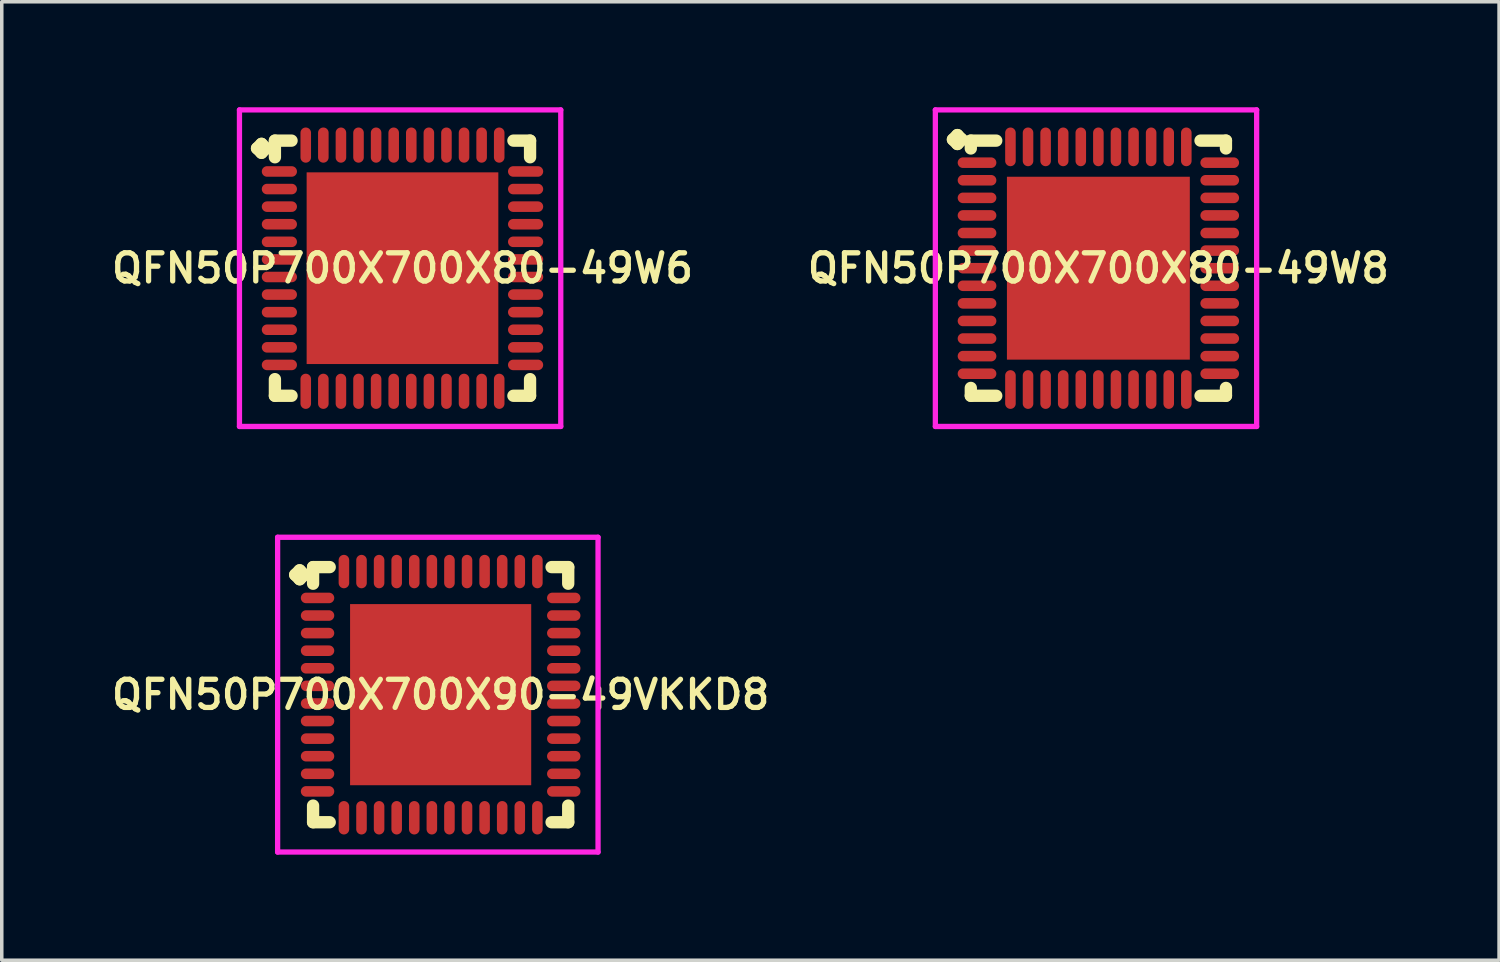
<source format=kicad_pcb>
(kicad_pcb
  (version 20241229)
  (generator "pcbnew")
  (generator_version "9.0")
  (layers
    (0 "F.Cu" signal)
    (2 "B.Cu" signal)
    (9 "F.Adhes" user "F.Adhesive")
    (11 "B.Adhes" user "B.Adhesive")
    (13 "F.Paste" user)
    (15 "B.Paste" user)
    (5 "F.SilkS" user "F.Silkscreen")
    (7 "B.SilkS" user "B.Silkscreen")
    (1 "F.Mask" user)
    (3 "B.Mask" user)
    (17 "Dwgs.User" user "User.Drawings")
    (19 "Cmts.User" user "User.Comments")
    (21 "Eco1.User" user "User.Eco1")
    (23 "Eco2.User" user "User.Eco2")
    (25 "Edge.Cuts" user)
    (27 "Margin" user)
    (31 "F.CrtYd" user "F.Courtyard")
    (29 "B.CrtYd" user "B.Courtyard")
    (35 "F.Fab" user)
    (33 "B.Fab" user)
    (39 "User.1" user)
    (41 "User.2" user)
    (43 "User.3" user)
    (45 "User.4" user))
  (footprint "QFN50P700X700X80-49W6"
    (layer "F.Cu")
    (at 8.393 4.575)
    (property "Reference" "QFN50P700X700X80-49W6" (at 0 0 0) (layer "F.SilkS") (effects (font (size 0.8 0.8) (thickness 0.15))))
    (attr smd)
    (fp_line (start -4.135 -3.408) (end -4.008 -3.535) (stroke (width 0.35) (type solid)) (layer "F.SilkS"))
    (fp_line (start -4.008 -3.535) (end -3.881 -3.408) (stroke (width 0.35) (type solid)) (layer "F.SilkS"))
    (fp_line (start -4.008 -3.281) (end -4.135 -3.408) (stroke (width 0.35) (type solid)) (layer "F.SilkS"))
    (fp_line (start -3.881 -3.408) (end -4.008 -3.281) (stroke (width 0.35) (type solid)) (layer "F.SilkS"))
    (fp_line (start -3.627 -3.627) (end -3.154 -3.627) (stroke (width 0.35) (type solid)) (layer "F.SilkS"))
    (fp_line (start -3.627 -3.154) (end -3.627 -3.627) (stroke (width 0.35) (type solid)) (layer "F.SilkS"))
    (fp_line (start -3.627 3.154) (end -3.627 3.627) (stroke (width 0.35) (type solid)) (layer "F.SilkS"))
    (fp_line (start -3.627 3.627) (end -3.154 3.627) (stroke (width 0.35) (type solid)) (layer "F.SilkS"))
    (fp_line (start 3.154 -3.627) (end 3.627 -3.627) (stroke (width 0.35) (type solid)) (layer "F.SilkS"))
    (fp_line (start 3.154 3.627) (end 3.627 3.627) (stroke (width 0.35) (type solid)) (layer "F.SilkS"))
    (fp_line (start 3.627 -3.627) (end 3.627 -3.154) (stroke (width 0.35) (type solid)) (layer "F.SilkS"))
    (fp_line (start 3.627 3.627) (end 3.627 3.154) (stroke (width 0.35) (type solid)) (layer "F.SilkS"))
    (fp_line (start -4.635 -4.5) (end 4.5 -4.5) (stroke (width 0.15) (type solid)) (layer "F.CrtYd"))
    (fp_line (start -4.635 4.5) (end -4.635 -4.5) (stroke (width 0.15) (type solid)) (layer "F.CrtYd"))
    (fp_line (start 4.5 -4.5) (end 4.5 4.5) (stroke (width 0.15) (type solid)) (layer "F.CrtYd"))
    (fp_line (start 4.5 4.5) (end -4.635 4.5) (stroke (width 0.15) (type solid)) (layer "F.CrtYd"))
    (pad "1" smd oval (at -3.5 -2.75) (size 1 0.3) (layers "F.Cu" "F.Mask" "F.Paste"))
    (pad "2" smd oval (at -3.5 -2.25) (size 1 0.3) (layers "F.Cu" "F.Mask" "F.Paste"))
    (pad "3" smd oval (at -3.5 -1.75) (size 1 0.3) (layers "F.Cu" "F.Mask" "F.Paste"))
    (pad "4" smd oval (at -3.5 -1.25) (size 1 0.3) (layers "F.Cu" "F.Mask" "F.Paste"))
    (pad "5" smd oval (at -3.5 -0.75) (size 1 0.3) (layers "F.Cu" "F.Mask" "F.Paste"))
    (pad "6" smd oval (at -3.5 -0.25) (size 1 0.3) (layers "F.Cu" "F.Mask" "F.Paste"))
    (pad "7" smd oval (at -3.5 0.25) (size 1 0.3) (layers "F.Cu" "F.Mask" "F.Paste"))
    (pad "8" smd oval (at -3.5 0.75) (size 1 0.3) (layers "F.Cu" "F.Mask" "F.Paste"))
    (pad "9" smd oval (at -3.5 1.25) (size 1 0.3) (layers "F.Cu" "F.Mask" "F.Paste"))
    (pad "10" smd oval (at -3.5 1.75) (size 1 0.3) (layers "F.Cu" "F.Mask" "F.Paste"))
    (pad "11" smd oval (at -3.5 2.25) (size 1 0.3) (layers "F.Cu" "F.Mask" "F.Paste"))
    (pad "12" smd oval (at -3.5 2.75) (size 1 0.3) (layers "F.Cu" "F.Mask" "F.Paste"))
    (pad "13" smd oval (at -2.75 3.5) (size 0.3 1) (layers "F.Cu" "F.Mask" "F.Paste"))
    (pad "14" smd oval (at -2.25 3.5) (size 0.3 1) (layers "F.Cu" "F.Mask" "F.Paste"))
    (pad "15" smd oval (at -1.75 3.5) (size 0.3 1) (layers "F.Cu" "F.Mask" "F.Paste"))
    (pad "16" smd oval (at -1.25 3.5) (size 0.3 1) (layers "F.Cu" "F.Mask" "F.Paste"))
    (pad "17" smd oval (at -0.75 3.5) (size 0.3 1) (layers "F.Cu" "F.Mask" "F.Paste"))
    (pad "18" smd oval (at -0.25 3.5) (size 0.3 1) (layers "F.Cu" "F.Mask" "F.Paste"))
    (pad "19" smd oval (at 0.25 3.5) (size 0.3 1) (layers "F.Cu" "F.Mask" "F.Paste"))
    (pad "20" smd oval (at 0.75 3.5) (size 0.3 1) (layers "F.Cu" "F.Mask" "F.Paste"))
    (pad "21" smd oval (at 1.25 3.5) (size 0.3 1) (layers "F.Cu" "F.Mask" "F.Paste"))
    (pad "22" smd oval (at 1.75 3.5) (size 0.3 1) (layers "F.Cu" "F.Mask" "F.Paste"))
    (pad "23" smd oval (at 2.25 3.5) (size 0.3 1) (layers "F.Cu" "F.Mask" "F.Paste"))
    (pad "24" smd oval (at 2.75 3.5) (size 0.3 1) (layers "F.Cu" "F.Mask" "F.Paste"))
    (pad "25" smd oval (at 3.5 2.75) (size 1 0.3) (layers "F.Cu" "F.Mask" "F.Paste"))
    (pad "26" smd oval (at 3.5 2.25) (size 1 0.3) (layers "F.Cu" "F.Mask" "F.Paste"))
    (pad "27" smd oval (at 3.5 1.75) (size 1 0.3) (layers "F.Cu" "F.Mask" "F.Paste"))
    (pad "28" smd oval (at 3.5 1.25) (size 1 0.3) (layers "F.Cu" "F.Mask" "F.Paste"))
    (pad "29" smd oval (at 3.5 0.75) (size 1 0.3) (layers "F.Cu" "F.Mask" "F.Paste"))
    (pad "30" smd oval (at 3.5 0.25) (size 1 0.3) (layers "F.Cu" "F.Mask" "F.Paste"))
    (pad "31" smd oval (at 3.5 -0.25) (size 1 0.3) (layers "F.Cu" "F.Mask" "F.Paste"))
    (pad "32" smd oval (at 3.5 -0.75) (size 1 0.3) (layers "F.Cu" "F.Mask" "F.Paste"))
    (pad "33" smd oval (at 3.5 -1.25) (size 1 0.3) (layers "F.Cu" "F.Mask" "F.Paste"))
    (pad "34" smd oval (at 3.5 -1.75) (size 1 0.3) (layers "F.Cu" "F.Mask" "F.Paste"))
    (pad "35" smd oval (at 3.5 -2.25) (size 1 0.3) (layers "F.Cu" "F.Mask" "F.Paste"))
    (pad "36" smd oval (at 3.5 -2.75) (size 1 0.3) (layers "F.Cu" "F.Mask" "F.Paste"))
    (pad "37" smd oval (at 2.75 -3.5) (size 0.3 1) (layers "F.Cu" "F.Mask" "F.Paste"))
    (pad "38" smd oval (at 2.25 -3.5) (size 0.3 1) (layers "F.Cu" "F.Mask" "F.Paste"))
    (pad "39" smd oval (at 1.75 -3.5) (size 0.3 1) (layers "F.Cu" "F.Mask" "F.Paste"))
    (pad "40" smd oval (at 1.25 -3.5) (size 0.3 1) (layers "F.Cu" "F.Mask" "F.Paste"))
    (pad "41" smd oval (at 0.75 -3.5) (size 0.3 1) (layers "F.Cu" "F.Mask" "F.Paste"))
    (pad "42" smd oval (at 0.25 -3.5) (size 0.3 1) (layers "F.Cu" "F.Mask" "F.Paste"))
    (pad "43" smd oval (at -0.25 -3.5) (size 0.3 1) (layers "F.Cu" "F.Mask" "F.Paste"))
    (pad "44" smd oval (at -0.75 -3.5) (size 0.3 1) (layers "F.Cu" "F.Mask" "F.Paste"))
    (pad "45" smd oval (at -1.25 -3.5) (size 0.3 1) (layers "F.Cu" "F.Mask" "F.Paste"))
    (pad "46" smd oval (at -1.75 -3.5) (size 0.3 1) (layers "F.Cu" "F.Mask" "F.Paste"))
    (pad "47" smd oval (at -2.25 -3.5) (size 0.3 1) (layers "F.Cu" "F.Mask" "F.Paste"))
    (pad "48" smd oval (at -2.75 -3.5) (size 0.3 1) (layers "F.Cu" "F.Mask" "F.Paste"))
    (pad "49" smd rect (at 0 0) (size 5.45 5.45) (layers "F.Cu" "F.Mask" "F.Paste")))
  (footprint "QFN50P700X700X80-49W8"
    (layer "F.Cu")
    (at 28.178 4.575)
    (property "Reference" "QFN50P700X700X80-49W8" (at 0 0 0) (layer "F.SilkS") (effects (font (size 0.8 0.8) (thickness 0.15))))
    (attr smd)
    (fp_line (start -4.135 -3.658) (end -4.008 -3.785) (stroke (width 0.35) (type solid)) (layer "F.SilkS"))
    (fp_line (start -4.008 -3.785) (end -3.881 -3.658) (stroke (width 0.35) (type solid)) (layer "F.SilkS"))
    (fp_line (start -4.008 -3.531) (end -4.135 -3.658) (stroke (width 0.35) (type solid)) (layer "F.SilkS"))
    (fp_line (start -3.881 -3.658) (end -4.008 -3.531) (stroke (width 0.35) (type solid)) (layer "F.SilkS"))
    (fp_line (start -3.627 -3.627) (end -2.904 -3.627) (stroke (width 0.35) (type solid)) (layer "F.SilkS"))
    (fp_line (start -3.627 -3.404) (end -3.627 -3.627) (stroke (width 0.35) (type solid)) (layer "F.SilkS"))
    (fp_line (start -3.627 3.404) (end -3.627 3.627) (stroke (width 0.35) (type solid)) (layer "F.SilkS"))
    (fp_line (start -3.627 3.627) (end -2.904 3.627) (stroke (width 0.35) (type solid)) (layer "F.SilkS"))
    (fp_line (start 2.904 -3.627) (end 3.627 -3.627) (stroke (width 0.35) (type solid)) (layer "F.SilkS"))
    (fp_line (start 2.904 3.627) (end 3.627 3.627) (stroke (width 0.35) (type solid)) (layer "F.SilkS"))
    (fp_line (start 3.627 -3.627) (end 3.627 -3.404) (stroke (width 0.35) (type solid)) (layer "F.SilkS"))
    (fp_line (start 3.627 3.627) (end 3.627 3.404) (stroke (width 0.35) (type solid)) (layer "F.SilkS"))
    (fp_line (start -4.635 -4.5) (end 4.5 -4.5) (stroke (width 0.15) (type solid)) (layer "F.CrtYd"))
    (fp_line (start -4.635 4.5) (end -4.635 -4.5) (stroke (width 0.15) (type solid)) (layer "F.CrtYd"))
    (fp_line (start 4.5 -4.5) (end 4.5 4.5) (stroke (width 0.15) (type solid)) (layer "F.CrtYd"))
    (fp_line (start 4.5 4.5) (end -4.635 4.5) (stroke (width 0.15) (type solid)) (layer "F.CrtYd"))
    (pad "1" smd oval (at -3.45 -3) (size 1.1 0.3) (layers "F.Cu" "F.Mask" "F.Paste"))
    (pad "2" smd oval (at -3.45 -2.5) (size 1.1 0.3) (layers "F.Cu" "F.Mask" "F.Paste"))
    (pad "3" smd oval (at -3.45 -2) (size 1.1 0.3) (layers "F.Cu" "F.Mask" "F.Paste"))
    (pad "4" smd oval (at -3.45 -1.5) (size 1.1 0.3) (layers "F.Cu" "F.Mask" "F.Paste"))
    (pad "5" smd oval (at -3.45 -1) (size 1.1 0.3) (layers "F.Cu" "F.Mask" "F.Paste"))
    (pad "6" smd oval (at -3.45 -0.5) (size 1.1 0.3) (layers "F.Cu" "F.Mask" "F.Paste"))
    (pad "7" smd oval (at -3.45 0) (size 1.1 0.3) (layers "F.Cu" "F.Mask" "F.Paste"))
    (pad "8" smd oval (at -3.45 0.5) (size 1.1 0.3) (layers "F.Cu" "F.Mask" "F.Paste"))
    (pad "9" smd oval (at -3.45 1) (size 1.1 0.3) (layers "F.Cu" "F.Mask" "F.Paste"))
    (pad "10" smd oval (at -3.45 1.5) (size 1.1 0.3) (layers "F.Cu" "F.Mask" "F.Paste"))
    (pad "11" smd oval (at -3.45 2) (size 1.1 0.3) (layers "F.Cu" "F.Mask" "F.Paste"))
    (pad "12" smd oval (at -3.45 2.5) (size 1.1 0.3) (layers "F.Cu" "F.Mask" "F.Paste"))
    (pad "13" smd oval (at -3.45 3) (size 1.1 0.3) (layers "F.Cu" "F.Mask" "F.Paste"))
    (pad "14" smd oval (at -2.5 3.45) (size 0.3 1.1) (layers "F.Cu" "F.Mask" "F.Paste"))
    (pad "15" smd oval (at -2 3.45) (size 0.3 1.1) (layers "F.Cu" "F.Mask" "F.Paste"))
    (pad "16" smd oval (at -1.5 3.45) (size 0.3 1.1) (layers "F.Cu" "F.Mask" "F.Paste"))
    (pad "17" smd oval (at -1 3.45) (size 0.3 1.1) (layers "F.Cu" "F.Mask" "F.Paste"))
    (pad "18" smd oval (at -0.5 3.45) (size 0.3 1.1) (layers "F.Cu" "F.Mask" "F.Paste"))
    (pad "19" smd oval (at 0 3.45) (size 0.3 1.1) (layers "F.Cu" "F.Mask" "F.Paste"))
    (pad "20" smd oval (at 0.5 3.45) (size 0.3 1.1) (layers "F.Cu" "F.Mask" "F.Paste"))
    (pad "21" smd oval (at 1 3.45) (size 0.3 1.1) (layers "F.Cu" "F.Mask" "F.Paste"))
    (pad "22" smd oval (at 1.5 3.45) (size 0.3 1.1) (layers "F.Cu" "F.Mask" "F.Paste"))
    (pad "23" smd oval (at 2 3.45) (size 0.3 1.1) (layers "F.Cu" "F.Mask" "F.Paste"))
    (pad "24" smd oval (at 2.5 3.45) (size 0.3 1.1) (layers "F.Cu" "F.Mask" "F.Paste"))
    (pad "25" smd oval (at 3.45 3) (size 1.1 0.3) (layers "F.Cu" "F.Mask" "F.Paste"))
    (pad "26" smd oval (at 3.45 2.5) (size 1.1 0.3) (layers "F.Cu" "F.Mask" "F.Paste"))
    (pad "27" smd oval (at 3.45 2) (size 1.1 0.3) (layers "F.Cu" "F.Mask" "F.Paste"))
    (pad "28" smd oval (at 3.45 1.5) (size 1.1 0.3) (layers "F.Cu" "F.Mask" "F.Paste"))
    (pad "29" smd oval (at 3.45 1) (size 1.1 0.3) (layers "F.Cu" "F.Mask" "F.Paste"))
    (pad "30" smd oval (at 3.45 0.5) (size 1.1 0.3) (layers "F.Cu" "F.Mask" "F.Paste"))
    (pad "31" smd oval (at 3.45 0) (size 1.1 0.3) (layers "F.Cu" "F.Mask" "F.Paste"))
    (pad "32" smd oval (at 3.45 -0.5) (size 1.1 0.3) (layers "F.Cu" "F.Mask" "F.Paste"))
    (pad "33" smd oval (at 3.45 -1) (size 1.1 0.3) (layers "F.Cu" "F.Mask" "F.Paste"))
    (pad "34" smd oval (at 3.45 -1.5) (size 1.1 0.3) (layers "F.Cu" "F.Mask" "F.Paste"))
    (pad "35" smd oval (at 3.45 -2) (size 1.1 0.3) (layers "F.Cu" "F.Mask" "F.Paste"))
    (pad "36" smd oval (at 3.45 -2.5) (size 1.1 0.3) (layers "F.Cu" "F.Mask" "F.Paste"))
    (pad "37" smd oval (at 3.45 -3) (size 1.1 0.3) (layers "F.Cu" "F.Mask" "F.Paste"))
    (pad "38" smd oval (at 2.5 -3.45) (size 0.3 1.1) (layers "F.Cu" "F.Mask" "F.Paste"))
    (pad "39" smd oval (at 2 -3.45) (size 0.3 1.1) (layers "F.Cu" "F.Mask" "F.Paste"))
    (pad "40" smd oval (at 1.5 -3.45) (size 0.3 1.1) (layers "F.Cu" "F.Mask" "F.Paste"))
    (pad "41" smd oval (at 1 -3.45) (size 0.3 1.1) (layers "F.Cu" "F.Mask" "F.Paste"))
    (pad "42" smd oval (at 0.5 -3.45) (size 0.3 1.1) (layers "F.Cu" "F.Mask" "F.Paste"))
    (pad "43" smd oval (at 0 -3.45) (size 0.3 1.1) (layers "F.Cu" "F.Mask" "F.Paste"))
    (pad "44" smd oval (at -0.5 -3.45) (size 0.3 1.1) (layers "F.Cu" "F.Mask" "F.Paste"))
    (pad "45" smd oval (at -1 -3.45) (size 0.3 1.1) (layers "F.Cu" "F.Mask" "F.Paste"))
    (pad "46" smd oval (at -1.5 -3.45) (size 0.3 1.1) (layers "F.Cu" "F.Mask" "F.Paste"))
    (pad "47" smd oval (at -2 -3.45) (size 0.3 1.1) (layers "F.Cu" "F.Mask" "F.Paste"))
    (pad "48" smd oval (at -2.5 -3.45) (size 0.3 1.1) (layers "F.Cu" "F.Mask" "F.Paste"))
    (pad "49" smd rect (at 0 0) (size 5.2 5.2) (layers "F.Cu" "F.Mask" "F.Paste")))
  (footprint "QFN50P700X700X90-49VKKD8"
    (layer "F.Cu")
    (at 9.478 16.7)
    (property "Reference" "QFN50P700X700X90-49VKKD8" (at 0 0 0) (layer "F.SilkS") (effects (font (size 0.8 0.8) (thickness 0.15))))
    (attr through_hole)
    (fp_line (start -4.135 -3.408) (end -4.008 -3.535) (stroke (width 0.35) (type solid)) (layer "F.SilkS"))
    (fp_line (start -4.008 -3.535) (end -3.881 -3.408) (stroke (width 0.35) (type solid)) (layer "F.SilkS"))
    (fp_line (start -4.008 -3.281) (end -4.135 -3.408) (stroke (width 0.35) (type solid)) (layer "F.SilkS"))
    (fp_line (start -3.881 -3.408) (end -4.008 -3.281) (stroke (width 0.35) (type solid)) (layer "F.SilkS"))
    (fp_line (start -3.627 -3.627) (end -3.154 -3.627) (stroke (width 0.35) (type solid)) (layer "F.SilkS"))
    (fp_line (start -3.627 -3.154) (end -3.627 -3.627) (stroke (width 0.35) (type solid)) (layer "F.SilkS"))
    (fp_line (start -3.627 3.154) (end -3.627 3.627) (stroke (width 0.35) (type solid)) (layer "F.SilkS"))
    (fp_line (start -3.627 3.627) (end -3.154 3.627) (stroke (width 0.35) (type solid)) (layer "F.SilkS"))
    (fp_line (start 3.154 -3.627) (end 3.627 -3.627) (stroke (width 0.35) (type solid)) (layer "F.SilkS"))
    (fp_line (start 3.154 3.627) (end 3.627 3.627) (stroke (width 0.35) (type solid)) (layer "F.SilkS"))
    (fp_line (start 3.627 -3.627) (end 3.627 -3.154) (stroke (width 0.35) (type solid)) (layer "F.SilkS"))
    (fp_line (start 3.627 3.627) (end 3.627 3.154) (stroke (width 0.35) (type solid)) (layer "F.SilkS"))
    (fp_line (start -4.635 -4.475) (end 4.475 -4.475) (stroke (width 0.15) (type solid)) (layer "F.CrtYd"))
    (fp_line (start -4.635 4.475) (end -4.635 -4.475) (stroke (width 0.15) (type solid)) (layer "F.CrtYd"))
    (fp_line (start 4.475 -4.475) (end 4.475 4.475) (stroke (width 0.15) (type solid)) (layer "F.CrtYd"))
    (fp_line (start 4.475 4.475) (end -4.635 4.475) (stroke (width 0.15) (type solid)) (layer "F.CrtYd"))
    (pad "1" smd oval (at -3.5 -2.75) (size 0.95 0.3) (layers "F.Cu" "F.Mask" "F.Paste"))
    (pad "2" smd oval (at -3.5 -2.25) (size 0.95 0.3) (layers "F.Cu" "F.Mask" "F.Paste"))
    (pad "3" smd oval (at -3.5 -1.75) (size 0.95 0.3) (layers "F.Cu" "F.Mask" "F.Paste"))
    (pad "4" smd oval (at -3.5 -1.25) (size 0.95 0.3) (layers "F.Cu" "F.Mask" "F.Paste"))
    (pad "5" smd oval (at -3.5 -0.75) (size 0.95 0.3) (layers "F.Cu" "F.Mask" "F.Paste"))
    (pad "6" smd oval (at -3.5 -0.25) (size 0.95 0.3) (layers "F.Cu" "F.Mask" "F.Paste"))
    (pad "7" smd oval (at -3.5 0.25) (size 0.95 0.3) (layers "F.Cu" "F.Mask" "F.Paste"))
    (pad "8" smd oval (at -3.5 0.75) (size 0.95 0.3) (layers "F.Cu" "F.Mask" "F.Paste"))
    (pad "9" smd oval (at -3.5 1.25) (size 0.95 0.3) (layers "F.Cu" "F.Mask" "F.Paste"))
    (pad "10" smd oval (at -3.5 1.75) (size 0.95 0.3) (layers "F.Cu" "F.Mask" "F.Paste"))
    (pad "11" smd oval (at -3.5 2.25) (size 0.95 0.3) (layers "F.Cu" "F.Mask" "F.Paste"))
    (pad "12" smd oval (at -3.5 2.75) (size 0.95 0.3) (layers "F.Cu" "F.Mask" "F.Paste"))
    (pad "13" smd oval (at -2.75 3.5) (size 0.3 0.95) (layers "F.Cu" "F.Mask" "F.Paste"))
    (pad "14" smd oval (at -2.25 3.5) (size 0.3 0.95) (layers "F.Cu" "F.Mask" "F.Paste"))
    (pad "15" smd oval (at -1.75 3.5) (size 0.3 0.95) (layers "F.Cu" "F.Mask" "F.Paste"))
    (pad "16" smd oval (at -1.25 3.5) (size 0.3 0.95) (layers "F.Cu" "F.Mask" "F.Paste"))
    (pad "17" smd oval (at -0.75 3.5) (size 0.3 0.95) (layers "F.Cu" "F.Mask" "F.Paste"))
    (pad "18" smd oval (at -0.25 3.5) (size 0.3 0.95) (layers "F.Cu" "F.Mask" "F.Paste"))
    (pad "19" smd oval (at 0.25 3.5) (size 0.3 0.95) (layers "F.Cu" "F.Mask" "F.Paste"))
    (pad "20" smd oval (at 0.75 3.5) (size 0.3 0.95) (layers "F.Cu" "F.Mask" "F.Paste"))
    (pad "21" smd oval (at 1.25 3.5) (size 0.3 0.95) (layers "F.Cu" "F.Mask" "F.Paste"))
    (pad "22" smd oval (at 1.75 3.5) (size 0.3 0.95) (layers "F.Cu" "F.Mask" "F.Paste"))
    (pad "23" smd oval (at 2.25 3.5) (size 0.3 0.95) (layers "F.Cu" "F.Mask" "F.Paste"))
    (pad "24" smd oval (at 2.75 3.5) (size 0.3 0.95) (layers "F.Cu" "F.Mask" "F.Paste"))
    (pad "25" smd oval (at 3.5 2.75) (size 0.95 0.3) (layers "F.Cu" "F.Mask" "F.Paste"))
    (pad "26" smd oval (at 3.5 2.25) (size 0.95 0.3) (layers "F.Cu" "F.Mask" "F.Paste"))
    (pad "27" smd oval (at 3.5 1.75) (size 0.95 0.3) (layers "F.Cu" "F.Mask" "F.Paste"))
    (pad "28" smd oval (at 3.5 1.25) (size 0.95 0.3) (layers "F.Cu" "F.Mask" "F.Paste"))
    (pad "29" smd oval (at 3.5 0.75) (size 0.95 0.3) (layers "F.Cu" "F.Mask" "F.Paste"))
    (pad "30" smd oval (at 3.5 0.25) (size 0.95 0.3) (layers "F.Cu" "F.Mask" "F.Paste"))
    (pad "31" smd oval (at 3.5 -0.25) (size 0.95 0.3) (layers "F.Cu" "F.Mask" "F.Paste"))
    (pad "32" smd oval (at 3.5 -0.75) (size 0.95 0.3) (layers "F.Cu" "F.Mask" "F.Paste"))
    (pad "33" smd oval (at 3.5 -1.25) (size 0.95 0.3) (layers "F.Cu" "F.Mask" "F.Paste"))
    (pad "34" smd oval (at 3.5 -1.75) (size 0.95 0.3) (layers "F.Cu" "F.Mask" "F.Paste"))
    (pad "35" smd oval (at 3.5 -2.25) (size 0.95 0.3) (layers "F.Cu" "F.Mask" "F.Paste"))
    (pad "36" smd oval (at 3.5 -2.75) (size 0.95 0.3) (layers "F.Cu" "F.Mask" "F.Paste"))
    (pad "37" smd oval (at 2.75 -3.5) (size 0.3 0.95) (layers "F.Cu" "F.Mask" "F.Paste"))
    (pad "38" smd oval (at 2.25 -3.5) (size 0.3 0.95) (layers "F.Cu" "F.Mask" "F.Paste"))
    (pad "39" smd oval (at 1.75 -3.5) (size 0.3 0.95) (layers "F.Cu" "F.Mask" "F.Paste"))
    (pad "40" smd oval (at 1.25 -3.5) (size 0.3 0.95) (layers "F.Cu" "F.Mask" "F.Paste"))
    (pad "41" smd oval (at 0.75 -3.5) (size 0.3 0.95) (layers "F.Cu" "F.Mask" "F.Paste"))
    (pad "42" smd oval (at 0.25 -3.5) (size 0.3 0.95) (layers "F.Cu" "F.Mask" "F.Paste"))
    (pad "43" smd oval (at -0.25 -3.5) (size 0.3 0.95) (layers "F.Cu" "F.Mask" "F.Paste"))
    (pad "44" smd oval (at -0.75 -3.5) (size 0.3 0.95) (layers "F.Cu" "F.Mask" "F.Paste"))
    (pad "45" smd oval (at -1.25 -3.5) (size 0.3 0.95) (layers "F.Cu" "F.Mask" "F.Paste"))
    (pad "46" smd oval (at -1.75 -3.5) (size 0.3 0.95) (layers "F.Cu" "F.Mask" "F.Paste"))
    (pad "47" smd oval (at -2.25 -3.5) (size 0.3 0.95) (layers "F.Cu" "F.Mask" "F.Paste"))
    (pad "48" smd oval (at -2.75 -3.5) (size 0.3 0.95) (layers "F.Cu" "F.Mask" "F.Paste"))
    (pad "49" smd rect (at 0 0) (size 5.15 5.15) (layers "F.Cu" "F.Mask" "F.Paste")))
  (gr_rect
    (start -3 -3)
    (end 39.57 24.25)
    (stroke (width 0.1) (type default))
    (fill no)
    (layer "Edge.Cuts")))
</source>
